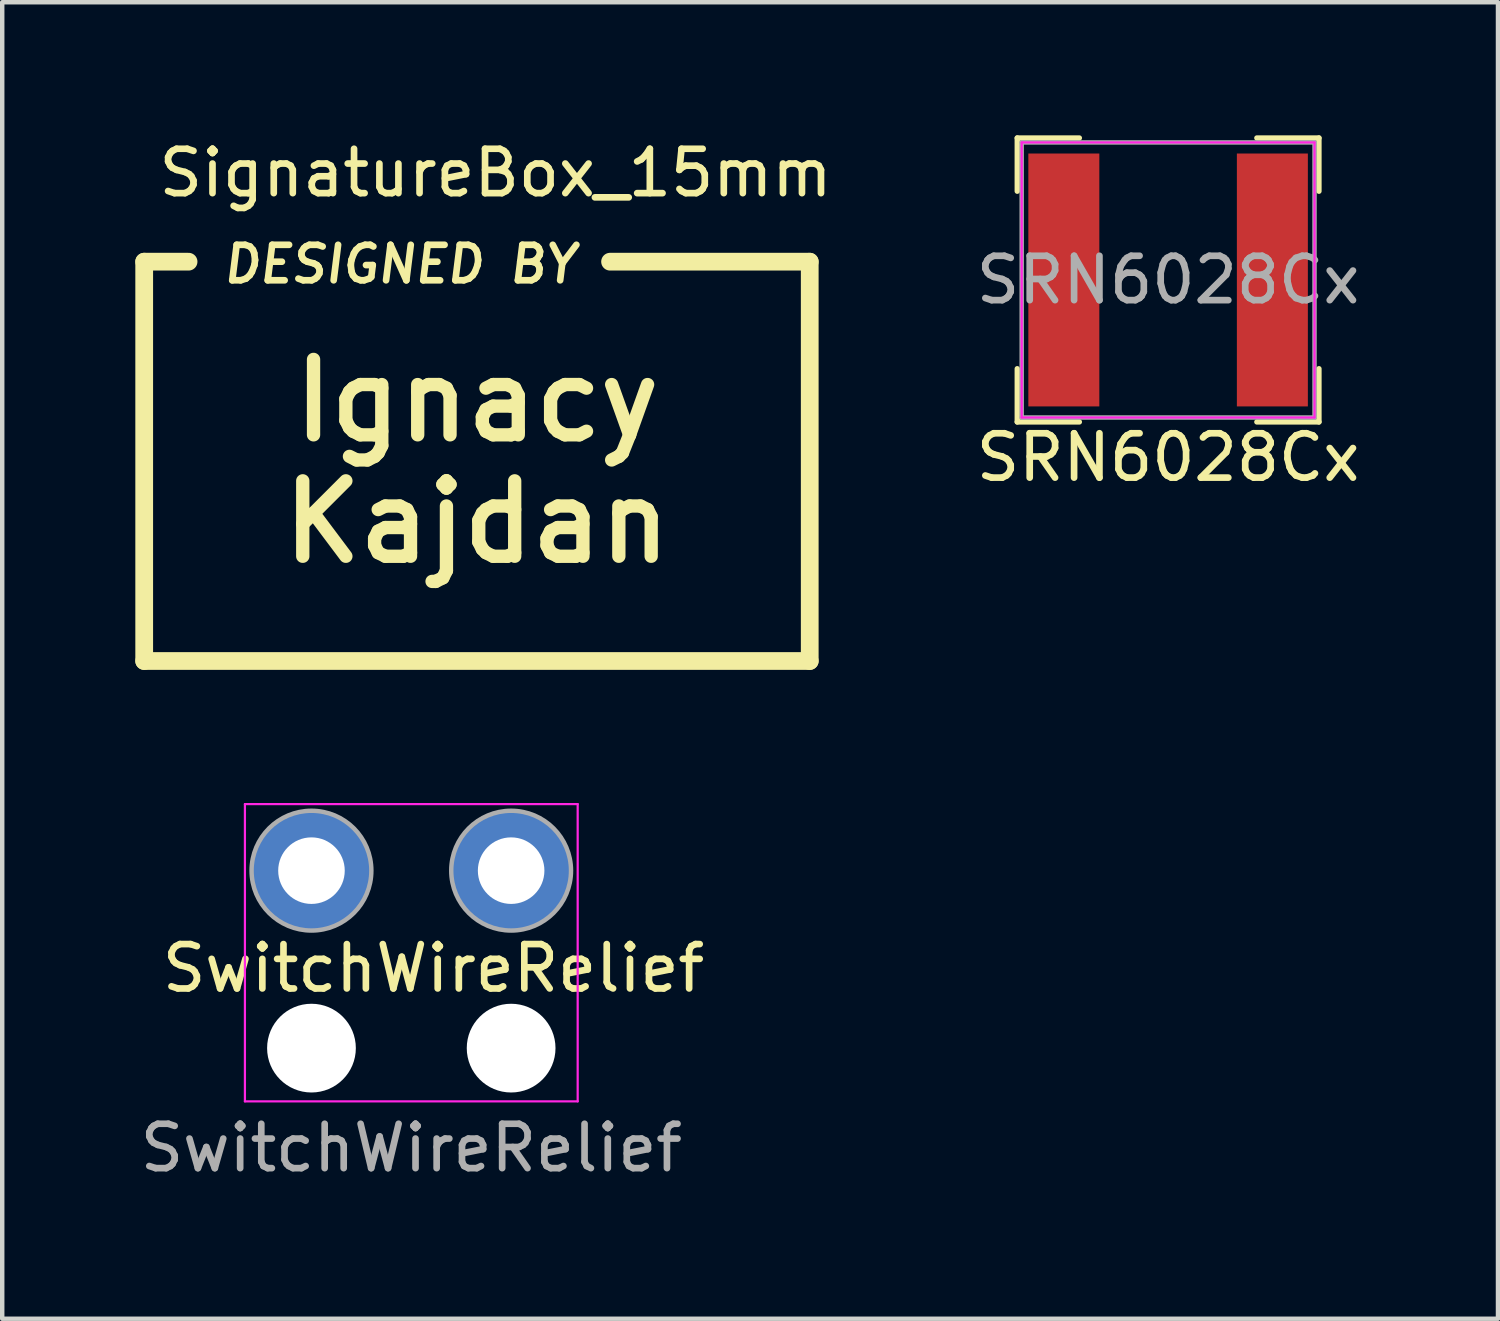
<source format=kicad_pcb>
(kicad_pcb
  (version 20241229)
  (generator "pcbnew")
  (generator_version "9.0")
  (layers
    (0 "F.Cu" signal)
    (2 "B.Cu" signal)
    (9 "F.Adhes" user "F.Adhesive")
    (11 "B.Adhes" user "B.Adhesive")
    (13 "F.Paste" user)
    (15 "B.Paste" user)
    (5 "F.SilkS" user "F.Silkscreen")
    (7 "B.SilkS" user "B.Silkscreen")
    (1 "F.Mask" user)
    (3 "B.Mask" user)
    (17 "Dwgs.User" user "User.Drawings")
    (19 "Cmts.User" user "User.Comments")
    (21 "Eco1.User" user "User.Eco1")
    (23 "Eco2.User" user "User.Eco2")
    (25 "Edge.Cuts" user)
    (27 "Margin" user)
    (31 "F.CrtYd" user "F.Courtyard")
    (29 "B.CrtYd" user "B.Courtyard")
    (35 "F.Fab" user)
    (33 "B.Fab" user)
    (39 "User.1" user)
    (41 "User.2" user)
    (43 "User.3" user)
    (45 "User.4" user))
  (footprint "SignatureBox_15mm"
    (layer "F.Cu")
    (at 7.7 7.598)
    (property "Reference" "SignatureBox_15mm" (at -7.25 -6.75 0) (layer "F.SilkS") (effects (font (size 1 1) (thickness 0.15)) (justify left)))
    (attr through_hole board_only exclude_from_pos_files exclude_from_bom)
    (fp_line (start -7.5 -4.75) (end -6.5 -4.75) (stroke (width 0.4) (type solid)) (layer "F.SilkS"))
    (fp_line (start -7.5 4.25) (end -7.5 -4.75) (stroke (width 0.4) (type solid)) (layer "F.SilkS"))
    (fp_line (start 3 -4.75) (end 7.5 -4.75) (stroke (width 0.4) (type solid)) (layer "F.SilkS"))
    (fp_line (start 7.5 -4.75) (end 7.5 4.25) (stroke (width 0.4) (type solid)) (layer "F.SilkS"))
    (fp_line (start 7.5 4.25) (end -7.5 4.25) (stroke (width 0.4) (type solid)) (layer "F.SilkS"))
    (fp_text user "Ignacy\nKajdan" (at 0 -0.25 0) (unlocked yes) (layer "F.SilkS") (effects (font (size 1.7 1.7) (thickness 0.3) (bold yes))))
    (fp_text user "DESIGNED BY" (at -5.8 -4.225 0) (unlocked yes) (layer "F.SilkS") (effects (font (size 0.8 0.8) (thickness 0.15) (bold yes) (italic yes)) (justify left bottom))))
  (footprint "SRN6028Cx"
    (layer "F.Cu")
    (at 23.277 3.26)
    (property "Reference" "SRN6028Cx" (at 0 4 0) (layer "F.SilkS") (effects (font (size 1 1) (thickness 0.15))))
    (attr smd)
    (fp_line (start -3.4 -3.2) (end -3.4 -2) (stroke (width 0.12) (type solid)) (layer "F.SilkS"))
    (fp_line (start -3.4 -3.2) (end -2 -3.2) (stroke (width 0.12) (type solid)) (layer "F.SilkS"))
    (fp_line (start -3.4 3.2) (end -3.4 2) (stroke (width 0.12) (type solid)) (layer "F.SilkS"))
    (fp_line (start -3.4 3.2) (end -2 3.2) (stroke (width 0.12) (type solid)) (layer "F.SilkS"))
    (fp_line (start 3.4 -3.2) (end 2 -3.2) (stroke (width 0.12) (type solid)) (layer "F.SilkS"))
    (fp_line (start 3.4 -3.2) (end 3.4 -2) (stroke (width 0.12) (type solid)) (layer "F.SilkS"))
    (fp_line (start 3.4 3.2) (end 2 3.2) (stroke (width 0.12) (type solid)) (layer "F.SilkS"))
    (fp_line (start 3.4 3.2) (end 3.4 2) (stroke (width 0.12) (type solid)) (layer "F.SilkS"))
    (fp_line (start -3.3 -3.1) (end -3.3 3.1) (stroke (width 0.05) (type solid)) (layer "F.CrtYd"))
    (fp_line (start -3.3 -3.1) (end 3.3 -3.1) (stroke (width 0.05) (type solid)) (layer "F.CrtYd"))
    (fp_line (start 3.3 -3.1) (end 3.3 3.1) (stroke (width 0.05) (type solid)) (layer "F.CrtYd"))
    (fp_line (start 3.3 3.1) (end -3.3 3.1) (stroke (width 0.05) (type solid)) (layer "F.CrtYd"))
    (fp_line (start -3.3 -3.1) (end -3.3 3.1) (stroke (width 0.1) (type solid)) (layer "F.Fab"))
    (fp_line (start -3.3 -3.1) (end 3.3 -3.1) (stroke (width 0.1) (type solid)) (layer "F.Fab"))
    (fp_line (start 3.3 -3.1) (end 3.3 3.1) (stroke (width 0.1) (type solid)) (layer "F.Fab"))
    (fp_line (start 3.3 3.1) (end -3.3 3.1) (stroke (width 0.1) (type solid)) (layer "F.Fab"))
    (fp_text user "${REFERENCE}" (at 0 0 0) (layer "F.Fab") (effects (font (size 1 1) (thickness 0.15))))
    (pad "1" smd rect (at -2.35 0) (size 1.6 5.7) (layers "F.Cu" "F.Mask" "F.Paste"))
    (pad "2" smd rect (at 2.35 0) (size 1.6 5.7) (layers "F.Cu" "F.Mask" "F.Paste")))
  (footprint "SwitchWireRelief"
    (layer "F.Cu")
    (at 3.97 16.573)
    (property "Reference" "SwitchWireRelief" (at 2.75 2.2 180) (layer "F.SilkS") (effects (font (size 1 1) (thickness 0.15))))
    (attr exclude_from_pos_files exclude_from_bom)
    (fp_line (start -1.5 -1.5) (end -1.5 5.2) (stroke (width 0.05) (type solid)) (layer "F.CrtYd"))
    (fp_line (start -1.5 5.2) (end 6 5.2) (stroke (width 0.05) (type solid)) (layer "F.CrtYd"))
    (fp_line (start 6 -1.5) (end -1.5 -1.5) (stroke (width 0.05) (type solid)) (layer "F.CrtYd"))
    (fp_line (start 6 5.2) (end 6 -1.5) (stroke (width 0.05) (type solid)) (layer "F.CrtYd"))
    (fp_circle (center 0 0) (end 1.35 0) (stroke (width 0.1) (type solid)) (fill no) (layer "F.Fab"))
    (fp_circle (center 4.5 0) (end 5.85 0) (stroke (width 0.1) (type solid)) (fill no) (layer "F.Fab"))
    (fp_text user "${REFERENCE}" (at 2.25 6.25 0) (layer "F.Fab") (effects (font (size 1 1) (thickness 0.15))))
    (pad "" np_thru_hole circle (at 0 4) (size 2 2) (drill 2) (layers "*.Cu" "*.Mask"))
    (pad "" np_thru_hole circle (at 4.5 4) (size 2 2) (drill 2) (layers "*.Cu" "*.Mask"))
    (pad "1" thru_hole circle (at 4.5 0) (size 2.75 2.75) (drill 1.5) (layers "*.Cu" "*.Mask"))
    (pad "2" thru_hole circle (at 0 0) (size 2.75 2.75) (drill 1.5) (layers "*.Cu" "*.Mask")))
  (gr_rect
    (start -3 -3)
    (end 30.712 26.672)
    (stroke (width 0.1) (type default))
    (fill no)
    (layer "Edge.Cuts")))
</source>
